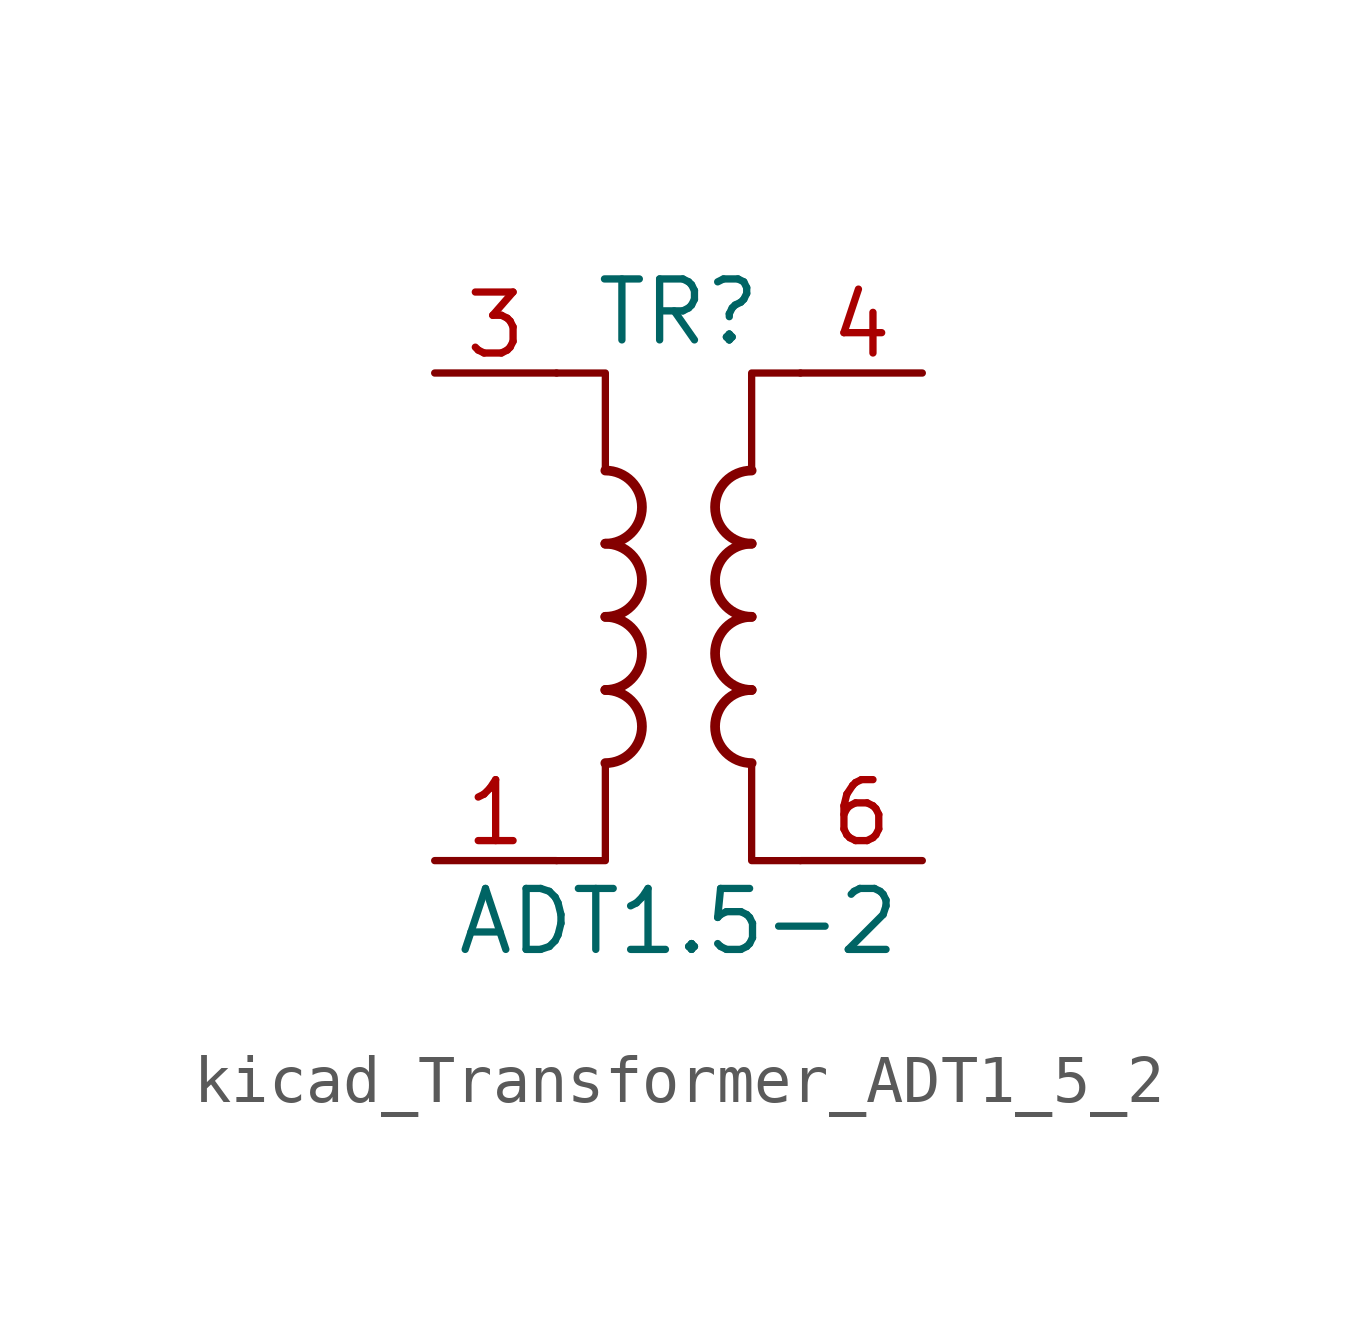
<source format=kicad_sym>
(kicad_symbol_lib
  (version 20220914)
  (generator kicad_symbol_editor)
  (symbol "kicad_Transformer_ADT1_5_2"
    (pin_names hide)
    (property "Reference" "TR"
      (at 0 6.35 0)
      (effects (font (size 1.27 1.27))))
    (property "Value" "ADT1.5-2"
      (at 0 -6.35 0)
      (effects (font (size 1.27 1.27))))
    (symbol "kicad_Transformer_ADT1_5_2_0_1"
      (arc (start -1.524 -3.048) (mid -0.7653 -2.286) (end -1.524 -1.524) (stroke (width 0.2032) (type default)) (fill (type none)))
      (arc (start -1.524 -1.524) (mid -0.7653 -0.762) (end -1.524 0) (stroke (width 0.2032) (type default)) (fill (type none)))
      (arc (start -1.524 0) (mid -0.7653 0.762) (end -1.524 1.524) (stroke (width 0.2032) (type default)) (fill (type none)))
      (arc (start -1.524 1.524) (mid -0.7653 2.286) (end -1.524 3.048) (stroke (width 0.2032) (type default)) (fill (type none)))
      (polyline (pts (xy -2.54 5.08) (xy -1.524 5.08) (xy -1.524 3.048)) (stroke (width 0.152) (type default)) (fill (type none)))
      (polyline (pts (xy -1.524 -3.048) (xy -1.524 -5.08) (xy -2.54 -5.08)) (stroke (width 0.152) (type default)) (fill (type none)))
      (polyline (pts (xy 1.524 3.048) (xy 1.524 5.08) (xy 2.54 5.08)) (stroke (width 0.152) (type default)) (fill (type none)))
      (polyline (pts (xy 2.54 -5.08) (xy 1.524 -5.08) (xy 1.524 -3.048)) (stroke (width 0.152) (type default)) (fill (type none)))
      (arc (start 1.524 -1.524) (mid 0.7653 -2.286) (end 1.524 -3.048) (stroke (width 0.2032) (type default)) (fill (type none)))
      (arc (start 1.524 0) (mid 0.7653 -0.762) (end 1.524 -1.524) (stroke (width 0.2032) (type default)) (fill (type none)))
      (arc (start 1.524 1.524) (mid 0.7653 0.762) (end 1.524 0) (stroke (width 0.2032) (type default)) (fill (type none)))
      (arc (start 1.524 3.048) (mid 0.7653 2.286) (end 1.524 1.524) (stroke (width 0.2032) (type default)) (fill (type none))))
    (symbol "kicad_Transformer_ADT1_5_2_1_1"
      (pin passive line (at -5.08 -5.08 0) (length 2.54) (name "~" (effects (font (size 1.27 1.27)))) (number "1" (effects (font (size 1.27 1.27)))))
      (pin passive line (at -5.08 5.08 0) (length 2.54) (name "~" (effects (font (size 1.27 1.27)))) (number "3" (effects (font (size 1.27 1.27)))))
      (pin passive line (at 5.08 5.08 180) (length 2.54) (name "~" (effects (font (size 1.27 1.27)))) (number "4" (effects (font (size 1.27 1.27)))))
      (pin passive line (at 5.08 -5.08 180) (length 2.54) (name "~" (effects (font (size 1.27 1.27)))) (number "6" (effects (font (size 1.27 1.27))))))))
</source>
